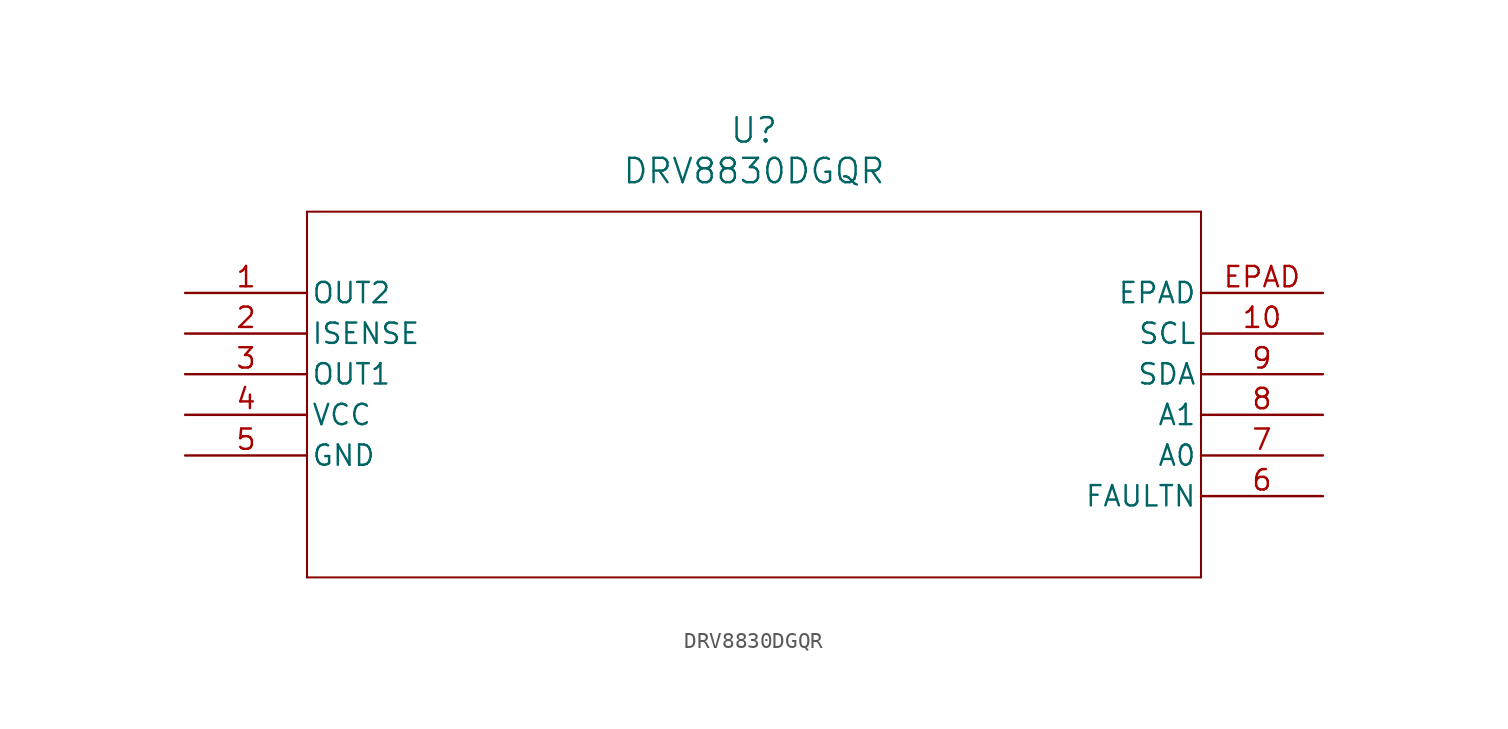
<source format=kicad_sym>
(kicad_symbol_lib
  (version 20241209)
  (generator "kicad_symbol_editor")
  (generator_version "9.0")
  (symbol "DRV8830DGQR"
    (pin_names
      (offset 0.254))
    (property "Reference" "U"
      (at 35.56 10.16 0)
      (effects (font (size 1.524 1.524))))
    (property "Value" "DRV8830DGQR"
      (at 35.56 7.62 0)
      (effects (font (size 1.524 1.524))))
    (symbol "DRV8830DGQR_0_1"
      (polyline (pts (xy 7.62 5.08) (xy 7.62 -17.78)) (stroke (width 0.127) (type default)) (fill (type none)))
      (polyline (pts (xy 7.62 -17.78) (xy 63.5 -17.78)) (stroke (width 0.127) (type default)) (fill (type none)))
      (polyline (pts (xy 63.5 5.08) (xy 7.62 5.08)) (stroke (width 0.127) (type default)) (fill (type none)))
      (polyline (pts (xy 63.5 -17.78) (xy 63.5 5.08)) (stroke (width 0.127) (type default)) (fill (type none)))
      (pin output line (at 0 0 0) (length 7.62) (name "OUT2" (effects (font (size 1.27 1.27)))) (number "1" (effects (font (size 1.27 1.27)))))
      (pin bidirectional line (at 0 -2.54 0) (length 7.62) (name "ISENSE" (effects (font (size 1.27 1.27)))) (number "2" (effects (font (size 1.27 1.27)))))
      (pin output line (at 0 -5.08 0) (length 7.62) (name "OUT1" (effects (font (size 1.27 1.27)))) (number "3" (effects (font (size 1.27 1.27)))))
      (pin power_in line (at 0 -7.62 0) (length 7.62) (name "VCC" (effects (font (size 1.27 1.27)))) (number "4" (effects (font (size 1.27 1.27)))))
      (pin power_in line (at 0 -10.16 0) (length 7.62) (name "GND" (effects (font (size 1.27 1.27)))) (number "5" (effects (font (size 1.27 1.27)))))
      (pin unspecified line (at 71.12 0 180) (length 7.62) (name "EPAD" (effects (font (size 1.27 1.27)))) (number "EPAD" (effects (font (size 1.27 1.27)))))
      (pin input line (at 71.12 -2.54 180) (length 7.62) (name "SCL" (effects (font (size 1.27 1.27)))) (number "10" (effects (font (size 1.27 1.27)))))
      (pin bidirectional line (at 71.12 -5.08 180) (length 7.62) (name "SDA" (effects (font (size 1.27 1.27)))) (number "9" (effects (font (size 1.27 1.27)))))
      (pin input line (at 71.12 -7.62 180) (length 7.62) (name "A1" (effects (font (size 1.27 1.27)))) (number "8" (effects (font (size 1.27 1.27)))))
      (pin input line (at 71.12 -10.16 180) (length 7.62) (name "A0" (effects (font (size 1.27 1.27)))) (number "7" (effects (font (size 1.27 1.27)))))
      (pin output line (at 71.12 -12.7 180) (length 7.62) (name "FAULTN" (effects (font (size 1.27 1.27)))) (number "6" (effects (font (size 1.27 1.27))))))))
</source>
